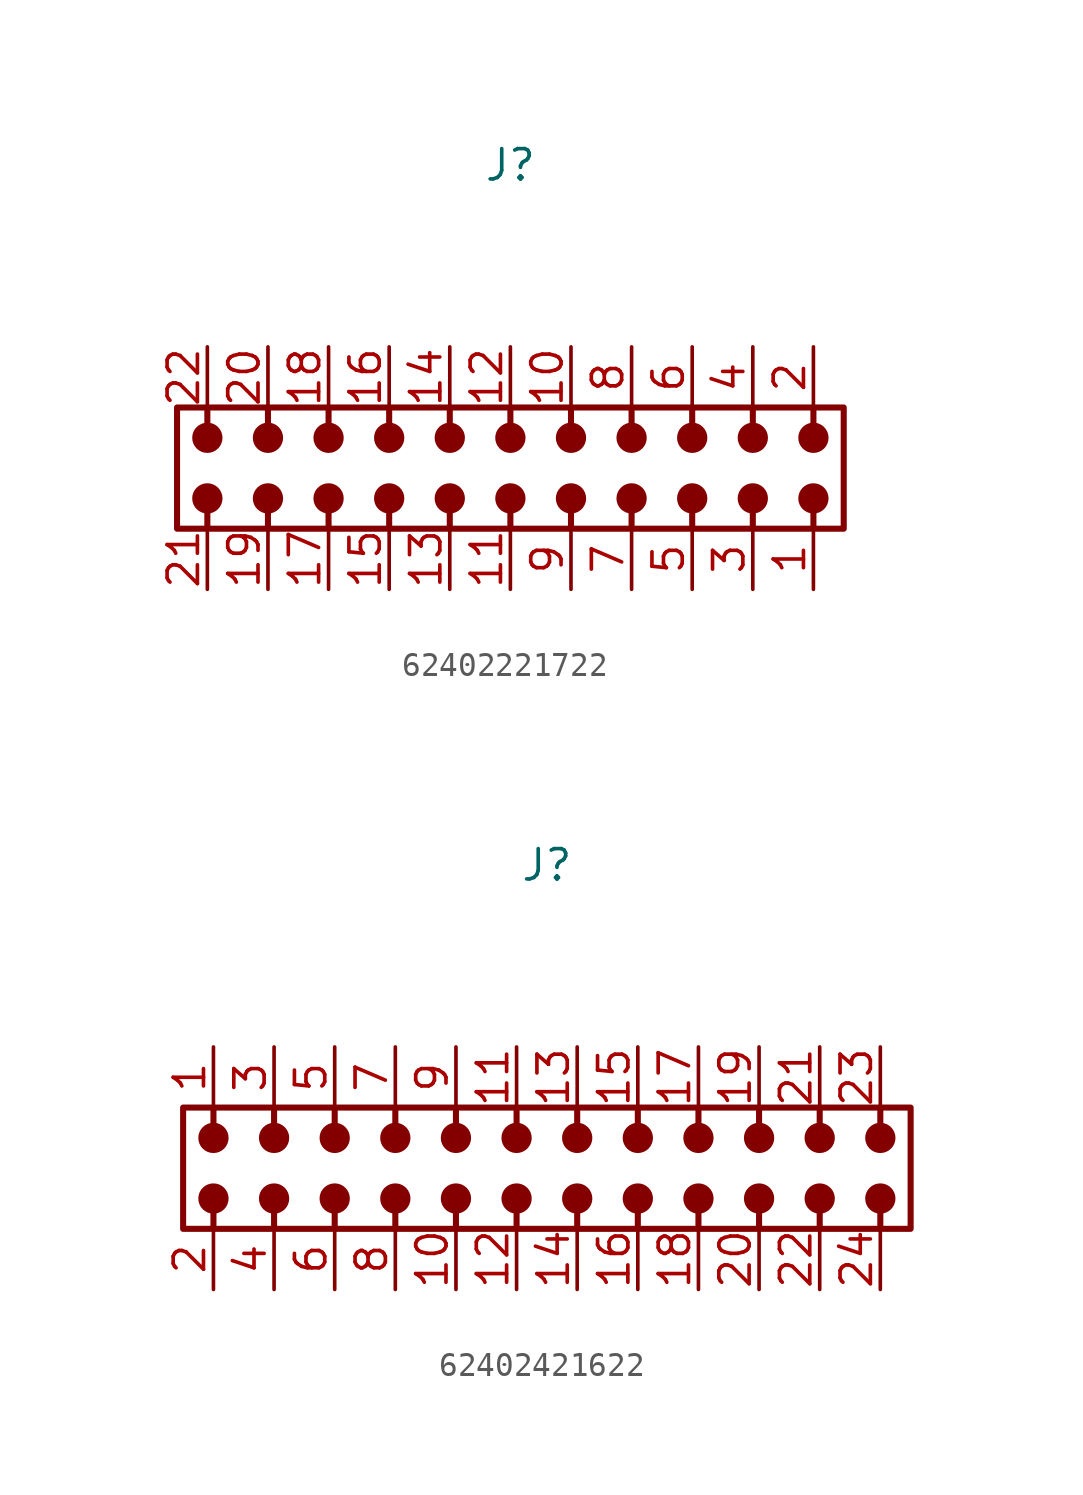
<source format=kicad_sym>
(kicad_symbol_lib
  (version 20241209)
  (generator "kicad_symbol_editor")
  (generator_version "9.0")
  (symbol "62402221722"
    (pin_names
      (hide yes))
    (property "Reference" "J"
      (at 0 12.7 0)
      (effects (font (size 1.27 1.27))))
    (symbol "62402221722_1_1"
      (rectangle (start -13.97 2.54) (end 13.97 -2.54) (stroke (width 0.254) (type solid)) (fill (type none)))
      (polyline (pts (xy -12.7 1.778) (xy -12.7 2.54)) (stroke (width 0.254) (type solid)) (fill (type none)))
      (circle (center -12.7 1.27) (radius 0.508) (stroke (width 0.254) (type solid)) (fill (type outline)))
      (circle (center -12.7 -1.27) (radius 0.508) (stroke (width 0.254) (type solid)) (fill (type outline)))
      (polyline (pts (xy -12.7 -1.778) (xy -12.7 -2.54)) (stroke (width 0.254) (type solid)) (fill (type none)))
      (polyline (pts (xy -10.16 1.778) (xy -10.16 2.54)) (stroke (width 0.254) (type solid)) (fill (type none)))
      (circle (center -10.16 1.27) (radius 0.508) (stroke (width 0.254) (type solid)) (fill (type outline)))
      (circle (center -10.16 -1.27) (radius 0.508) (stroke (width 0.254) (type solid)) (fill (type outline)))
      (polyline (pts (xy -10.16 -1.778) (xy -10.16 -2.54)) (stroke (width 0.254) (type solid)) (fill (type none)))
      (polyline (pts (xy -7.62 1.778) (xy -7.62 2.54)) (stroke (width 0.254) (type solid)) (fill (type none)))
      (circle (center -7.62 1.27) (radius 0.508) (stroke (width 0.254) (type solid)) (fill (type outline)))
      (circle (center -7.62 -1.27) (radius 0.508) (stroke (width 0.254) (type solid)) (fill (type outline)))
      (polyline (pts (xy -7.62 -1.778) (xy -7.62 -2.54)) (stroke (width 0.254) (type solid)) (fill (type none)))
      (polyline (pts (xy -5.08 1.778) (xy -5.08 2.54)) (stroke (width 0.254) (type solid)) (fill (type none)))
      (circle (center -5.08 1.27) (radius 0.508) (stroke (width 0.254) (type solid)) (fill (type outline)))
      (circle (center -5.08 -1.27) (radius 0.508) (stroke (width 0.254) (type solid)) (fill (type outline)))
      (polyline (pts (xy -5.08 -1.778) (xy -5.08 -2.54)) (stroke (width 0.254) (type solid)) (fill (type none)))
      (polyline (pts (xy -2.54 1.778) (xy -2.54 2.54)) (stroke (width 0.254) (type solid)) (fill (type none)))
      (circle (center -2.54 1.27) (radius 0.508) (stroke (width 0.254) (type solid)) (fill (type outline)))
      (circle (center -2.54 -1.27) (radius 0.508) (stroke (width 0.254) (type solid)) (fill (type outline)))
      (polyline (pts (xy -2.54 -1.778) (xy -2.54 -2.54)) (stroke (width 0.254) (type solid)) (fill (type none)))
      (polyline (pts (xy 0 1.778) (xy 0 2.54)) (stroke (width 0.254) (type solid)) (fill (type none)))
      (circle (center 0 1.27) (radius 0.508) (stroke (width 0.254) (type solid)) (fill (type outline)))
      (circle (center 0 -1.27) (radius 0.508) (stroke (width 0.254) (type solid)) (fill (type outline)))
      (polyline (pts (xy 0 -1.778) (xy 0 -2.54)) (stroke (width 0.254) (type solid)) (fill (type none)))
      (polyline (pts (xy 2.54 1.778) (xy 2.54 2.54)) (stroke (width 0.254) (type solid)) (fill (type none)))
      (circle (center 2.54 1.27) (radius 0.508) (stroke (width 0.254) (type solid)) (fill (type outline)))
      (circle (center 2.54 -1.27) (radius 0.508) (stroke (width 0.254) (type solid)) (fill (type outline)))
      (polyline (pts (xy 2.54 -1.778) (xy 2.54 -2.54)) (stroke (width 0.254) (type solid)) (fill (type none)))
      (polyline (pts (xy 5.08 1.778) (xy 5.08 2.54)) (stroke (width 0.254) (type solid)) (fill (type none)))
      (circle (center 5.08 1.27) (radius 0.508) (stroke (width 0.254) (type solid)) (fill (type outline)))
      (circle (center 5.08 -1.27) (radius 0.508) (stroke (width 0.254) (type solid)) (fill (type outline)))
      (polyline (pts (xy 5.08 -1.778) (xy 5.08 -2.54)) (stroke (width 0.254) (type solid)) (fill (type none)))
      (polyline (pts (xy 7.62 1.778) (xy 7.62 2.54)) (stroke (width 0.254) (type solid)) (fill (type none)))
      (circle (center 7.62 1.27) (radius 0.508) (stroke (width 0.254) (type solid)) (fill (type outline)))
      (circle (center 7.62 -1.27) (radius 0.508) (stroke (width 0.254) (type solid)) (fill (type outline)))
      (polyline (pts (xy 7.62 -1.778) (xy 7.62 -2.54)) (stroke (width 0.254) (type solid)) (fill (type none)))
      (polyline (pts (xy 10.16 1.778) (xy 10.16 2.54)) (stroke (width 0.254) (type solid)) (fill (type none)))
      (circle (center 10.16 1.27) (radius 0.508) (stroke (width 0.254) (type solid)) (fill (type outline)))
      (circle (center 10.16 -1.27) (radius 0.508) (stroke (width 0.254) (type solid)) (fill (type outline)))
      (polyline (pts (xy 10.16 -1.778) (xy 10.16 -2.54)) (stroke (width 0.254) (type solid)) (fill (type none)))
      (polyline (pts (xy 12.7 1.778) (xy 12.7 2.54)) (stroke (width 0.254) (type solid)) (fill (type none)))
      (circle (center 12.7 1.27) (radius 0.508) (stroke (width 0.254) (type solid)) (fill (type outline)))
      (circle (center 12.7 -1.27) (radius 0.508) (stroke (width 0.254) (type solid)) (fill (type outline)))
      (polyline (pts (xy 12.7 -1.778) (xy 12.7 -2.54)) (stroke (width 0.254) (type solid)) (fill (type none)))
      (pin passive line (at -12.7 5.08 270) (length 2.54) (name "22" (effects (font (size 1.27 1.27)))) (number "22" (effects (font (size 1.27 1.27)))))
      (pin passive line (at -12.7 -5.08 90) (length 2.54) (name "21" (effects (font (size 1.27 1.27)))) (number "21" (effects (font (size 1.27 1.27)))))
      (pin passive line (at -10.16 5.08 270) (length 2.54) (name "20" (effects (font (size 1.27 1.27)))) (number "20" (effects (font (size 1.27 1.27)))))
      (pin passive line (at -10.16 -5.08 90) (length 2.54) (name "19" (effects (font (size 1.27 1.27)))) (number "19" (effects (font (size 1.27 1.27)))))
      (pin passive line (at -7.62 5.08 270) (length 2.54) (name "18" (effects (font (size 1.27 1.27)))) (number "18" (effects (font (size 1.27 1.27)))))
      (pin passive line (at -7.62 -5.08 90) (length 2.54) (name "17" (effects (font (size 1.27 1.27)))) (number "17" (effects (font (size 1.27 1.27)))))
      (pin passive line (at -5.08 5.08 270) (length 2.54) (name "16" (effects (font (size 1.27 1.27)))) (number "16" (effects (font (size 1.27 1.27)))))
      (pin passive line (at -5.08 -5.08 90) (length 2.54) (name "15" (effects (font (size 1.27 1.27)))) (number "15" (effects (font (size 1.27 1.27)))))
      (pin passive line (at -2.54 5.08 270) (length 2.54) (name "14" (effects (font (size 1.27 1.27)))) (number "14" (effects (font (size 1.27 1.27)))))
      (pin passive line (at -2.54 -5.08 90) (length 2.54) (name "13" (effects (font (size 1.27 1.27)))) (number "13" (effects (font (size 1.27 1.27)))))
      (pin passive line (at 0 5.08 270) (length 2.54) (name "12" (effects (font (size 1.27 1.27)))) (number "12" (effects (font (size 1.27 1.27)))))
      (pin passive line (at 0 -5.08 90) (length 2.54) (name "11" (effects (font (size 1.27 1.27)))) (number "11" (effects (font (size 1.27 1.27)))))
      (pin passive line (at 2.54 5.08 270) (length 2.54) (name "10" (effects (font (size 1.27 1.27)))) (number "10" (effects (font (size 1.27 1.27)))))
      (pin passive line (at 2.54 -5.08 90) (length 2.54) (name "9" (effects (font (size 1.27 1.27)))) (number "9" (effects (font (size 1.27 1.27)))))
      (pin passive line (at 5.08 5.08 270) (length 2.54) (name "8" (effects (font (size 1.27 1.27)))) (number "8" (effects (font (size 1.27 1.27)))))
      (pin passive line (at 5.08 -5.08 90) (length 2.54) (name "7" (effects (font (size 1.27 1.27)))) (number "7" (effects (font (size 1.27 1.27)))))
      (pin passive line (at 7.62 5.08 270) (length 2.54) (name "6" (effects (font (size 1.27 1.27)))) (number "6" (effects (font (size 1.27 1.27)))))
      (pin passive line (at 7.62 -5.08 90) (length 2.54) (name "5" (effects (font (size 1.27 1.27)))) (number "5" (effects (font (size 1.27 1.27)))))
      (pin passive line (at 10.16 5.08 270) (length 2.54) (name "4" (effects (font (size 1.27 1.27)))) (number "4" (effects (font (size 1.27 1.27)))))
      (pin passive line (at 10.16 -5.08 90) (length 2.54) (name "3" (effects (font (size 1.27 1.27)))) (number "3" (effects (font (size 1.27 1.27)))))
      (pin passive line (at 12.7 5.08 270) (length 2.54) (name "2" (effects (font (size 1.27 1.27)))) (number "2" (effects (font (size 1.27 1.27)))))
      (pin passive line (at 12.7 -5.08 90) (length 2.54) (name "1" (effects (font (size 1.27 1.27)))) (number "1" (effects (font (size 1.27 1.27)))))))
  (symbol "62402421622"
    (pin_names
      (hide yes))
    (property "Reference" "J"
      (at 0 12.7 0)
      (effects (font (size 1.27 1.27))))
    (symbol "62402421622_1_1"
      (rectangle (start -15.24 2.54) (end 15.24 -2.54) (stroke (width 0.254) (type solid)) (fill (type none)))
      (polyline (pts (xy -13.97 1.778) (xy -13.97 2.54)) (stroke (width 0.254) (type solid)) (fill (type none)))
      (circle (center -13.97 1.27) (radius 0.508) (stroke (width 0.254) (type solid)) (fill (type outline)))
      (circle (center -13.97 -1.27) (radius 0.508) (stroke (width 0.254) (type solid)) (fill (type outline)))
      (polyline (pts (xy -13.97 -1.778) (xy -13.97 -2.54)) (stroke (width 0.254) (type solid)) (fill (type none)))
      (polyline (pts (xy -11.43 1.778) (xy -11.43 2.54)) (stroke (width 0.254) (type solid)) (fill (type none)))
      (circle (center -11.43 1.27) (radius 0.508) (stroke (width 0.254) (type solid)) (fill (type outline)))
      (circle (center -11.43 -1.27) (radius 0.508) (stroke (width 0.254) (type solid)) (fill (type outline)))
      (polyline (pts (xy -11.43 -1.778) (xy -11.43 -2.54)) (stroke (width 0.254) (type solid)) (fill (type none)))
      (polyline (pts (xy -8.89 1.778) (xy -8.89 2.54)) (stroke (width 0.254) (type solid)) (fill (type none)))
      (circle (center -8.89 1.27) (radius 0.508) (stroke (width 0.254) (type solid)) (fill (type outline)))
      (circle (center -8.89 -1.27) (radius 0.508) (stroke (width 0.254) (type solid)) (fill (type outline)))
      (polyline (pts (xy -8.89 -1.778) (xy -8.89 -2.54)) (stroke (width 0.254) (type solid)) (fill (type none)))
      (polyline (pts (xy -6.35 1.778) (xy -6.35 2.54)) (stroke (width 0.254) (type solid)) (fill (type none)))
      (circle (center -6.35 1.27) (radius 0.508) (stroke (width 0.254) (type solid)) (fill (type outline)))
      (circle (center -6.35 -1.27) (radius 0.508) (stroke (width 0.254) (type solid)) (fill (type outline)))
      (polyline (pts (xy -6.35 -1.778) (xy -6.35 -2.54)) (stroke (width 0.254) (type solid)) (fill (type none)))
      (polyline (pts (xy -3.81 1.778) (xy -3.81 2.54)) (stroke (width 0.254) (type solid)) (fill (type none)))
      (circle (center -3.81 1.27) (radius 0.508) (stroke (width 0.254) (type solid)) (fill (type outline)))
      (circle (center -3.81 -1.27) (radius 0.508) (stroke (width 0.254) (type solid)) (fill (type outline)))
      (polyline (pts (xy -3.81 -1.778) (xy -3.81 -2.54)) (stroke (width 0.254) (type solid)) (fill (type none)))
      (polyline (pts (xy -1.27 1.778) (xy -1.27 2.54)) (stroke (width 0.254) (type solid)) (fill (type none)))
      (circle (center -1.27 1.27) (radius 0.508) (stroke (width 0.254) (type solid)) (fill (type outline)))
      (circle (center -1.27 -1.27) (radius 0.508) (stroke (width 0.254) (type solid)) (fill (type outline)))
      (polyline (pts (xy -1.27 -1.778) (xy -1.27 -2.54)) (stroke (width 0.254) (type solid)) (fill (type none)))
      (polyline (pts (xy 1.27 1.778) (xy 1.27 2.54)) (stroke (width 0.254) (type solid)) (fill (type none)))
      (circle (center 1.27 1.27) (radius 0.508) (stroke (width 0.254) (type solid)) (fill (type outline)))
      (circle (center 1.27 -1.27) (radius 0.508) (stroke (width 0.254) (type solid)) (fill (type outline)))
      (polyline (pts (xy 1.27 -1.778) (xy 1.27 -2.54)) (stroke (width 0.254) (type solid)) (fill (type none)))
      (polyline (pts (xy 3.81 1.778) (xy 3.81 2.54)) (stroke (width 0.254) (type solid)) (fill (type none)))
      (circle (center 3.81 1.27) (radius 0.508) (stroke (width 0.254) (type solid)) (fill (type outline)))
      (circle (center 3.81 -1.27) (radius 0.508) (stroke (width 0.254) (type solid)) (fill (type outline)))
      (polyline (pts (xy 3.81 -1.778) (xy 3.81 -2.54)) (stroke (width 0.254) (type solid)) (fill (type none)))
      (polyline (pts (xy 6.35 1.778) (xy 6.35 2.54)) (stroke (width 0.254) (type solid)) (fill (type none)))
      (circle (center 6.35 1.27) (radius 0.508) (stroke (width 0.254) (type solid)) (fill (type outline)))
      (circle (center 6.35 -1.27) (radius 0.508) (stroke (width 0.254) (type solid)) (fill (type outline)))
      (polyline (pts (xy 6.35 -1.778) (xy 6.35 -2.54)) (stroke (width 0.254) (type solid)) (fill (type none)))
      (polyline (pts (xy 8.89 1.778) (xy 8.89 2.54)) (stroke (width 0.254) (type solid)) (fill (type none)))
      (circle (center 8.89 1.27) (radius 0.508) (stroke (width 0.254) (type solid)) (fill (type outline)))
      (circle (center 8.89 -1.27) (radius 0.508) (stroke (width 0.254) (type solid)) (fill (type outline)))
      (polyline (pts (xy 8.89 -1.778) (xy 8.89 -2.54)) (stroke (width 0.254) (type solid)) (fill (type none)))
      (polyline (pts (xy 11.43 1.778) (xy 11.43 2.54)) (stroke (width 0.254) (type solid)) (fill (type none)))
      (circle (center 11.43 1.27) (radius 0.508) (stroke (width 0.254) (type solid)) (fill (type outline)))
      (circle (center 11.43 -1.27) (radius 0.508) (stroke (width 0.254) (type solid)) (fill (type outline)))
      (polyline (pts (xy 11.43 -1.778) (xy 11.43 -2.54)) (stroke (width 0.254) (type solid)) (fill (type none)))
      (polyline (pts (xy 13.97 1.778) (xy 13.97 2.54)) (stroke (width 0.254) (type solid)) (fill (type none)))
      (circle (center 13.97 1.27) (radius 0.508) (stroke (width 0.254) (type solid)) (fill (type outline)))
      (circle (center 13.97 -1.27) (radius 0.508) (stroke (width 0.254) (type solid)) (fill (type outline)))
      (polyline (pts (xy 13.97 -1.778) (xy 13.97 -2.54)) (stroke (width 0.254) (type solid)) (fill (type none)))
      (pin passive line (at -13.97 5.08 270) (length 2.54) (name "1" (effects (font (size 1.27 1.27)))) (number "1" (effects (font (size 1.27 1.27)))))
      (pin passive line (at -13.97 -5.08 90) (length 2.54) (name "2" (effects (font (size 1.27 1.27)))) (number "2" (effects (font (size 1.27 1.27)))))
      (pin passive line (at -11.43 5.08 270) (length 2.54) (name "3" (effects (font (size 1.27 1.27)))) (number "3" (effects (font (size 1.27 1.27)))))
      (pin passive line (at -11.43 -5.08 90) (length 2.54) (name "4" (effects (font (size 1.27 1.27)))) (number "4" (effects (font (size 1.27 1.27)))))
      (pin passive line (at -8.89 5.08 270) (length 2.54) (name "5" (effects (font (size 1.27 1.27)))) (number "5" (effects (font (size 1.27 1.27)))))
      (pin passive line (at -8.89 -5.08 90) (length 2.54) (name "6" (effects (font (size 1.27 1.27)))) (number "6" (effects (font (size 1.27 1.27)))))
      (pin passive line (at -6.35 5.08 270) (length 2.54) (name "7" (effects (font (size 1.27 1.27)))) (number "7" (effects (font (size 1.27 1.27)))))
      (pin passive line (at -6.35 -5.08 90) (length 2.54) (name "8" (effects (font (size 1.27 1.27)))) (number "8" (effects (font (size 1.27 1.27)))))
      (pin passive line (at -3.81 5.08 270) (length 2.54) (name "9" (effects (font (size 1.27 1.27)))) (number "9" (effects (font (size 1.27 1.27)))))
      (pin passive line (at -3.81 -5.08 90) (length 2.54) (name "10" (effects (font (size 1.27 1.27)))) (number "10" (effects (font (size 1.27 1.27)))))
      (pin passive line (at -1.27 5.08 270) (length 2.54) (name "11" (effects (font (size 1.27 1.27)))) (number "11" (effects (font (size 1.27 1.27)))))
      (pin passive line (at -1.27 -5.08 90) (length 2.54) (name "12" (effects (font (size 1.27 1.27)))) (number "12" (effects (font (size 1.27 1.27)))))
      (pin passive line (at 1.27 5.08 270) (length 2.54) (name "13" (effects (font (size 1.27 1.27)))) (number "13" (effects (font (size 1.27 1.27)))))
      (pin passive line (at 1.27 -5.08 90) (length 2.54) (name "14" (effects (font (size 1.27 1.27)))) (number "14" (effects (font (size 1.27 1.27)))))
      (pin passive line (at 3.81 5.08 270) (length 2.54) (name "15" (effects (font (size 1.27 1.27)))) (number "15" (effects (font (size 1.27 1.27)))))
      (pin passive line (at 3.81 -5.08 90) (length 2.54) (name "16" (effects (font (size 1.27 1.27)))) (number "16" (effects (font (size 1.27 1.27)))))
      (pin passive line (at 6.35 5.08 270) (length 2.54) (name "17" (effects (font (size 1.27 1.27)))) (number "17" (effects (font (size 1.27 1.27)))))
      (pin passive line (at 6.35 -5.08 90) (length 2.54) (name "18" (effects (font (size 1.27 1.27)))) (number "18" (effects (font (size 1.27 1.27)))))
      (pin passive line (at 8.89 5.08 270) (length 2.54) (name "19" (effects (font (size 1.27 1.27)))) (number "19" (effects (font (size 1.27 1.27)))))
      (pin passive line (at 8.89 -5.08 90) (length 2.54) (name "20" (effects (font (size 1.27 1.27)))) (number "20" (effects (font (size 1.27 1.27)))))
      (pin passive line (at 11.43 5.08 270) (length 2.54) (name "21" (effects (font (size 1.27 1.27)))) (number "21" (effects (font (size 1.27 1.27)))))
      (pin passive line (at 11.43 -5.08 90) (length 2.54) (name "22" (effects (font (size 1.27 1.27)))) (number "22" (effects (font (size 1.27 1.27)))))
      (pin passive line (at 13.97 5.08 270) (length 2.54) (name "23" (effects (font (size 1.27 1.27)))) (number "23" (effects (font (size 1.27 1.27)))))
      (pin passive line (at 13.97 -5.08 90) (length 2.54) (name "24" (effects (font (size 1.27 1.27)))) (number "24" (effects (font (size 1.27 1.27))))))))
</source>
